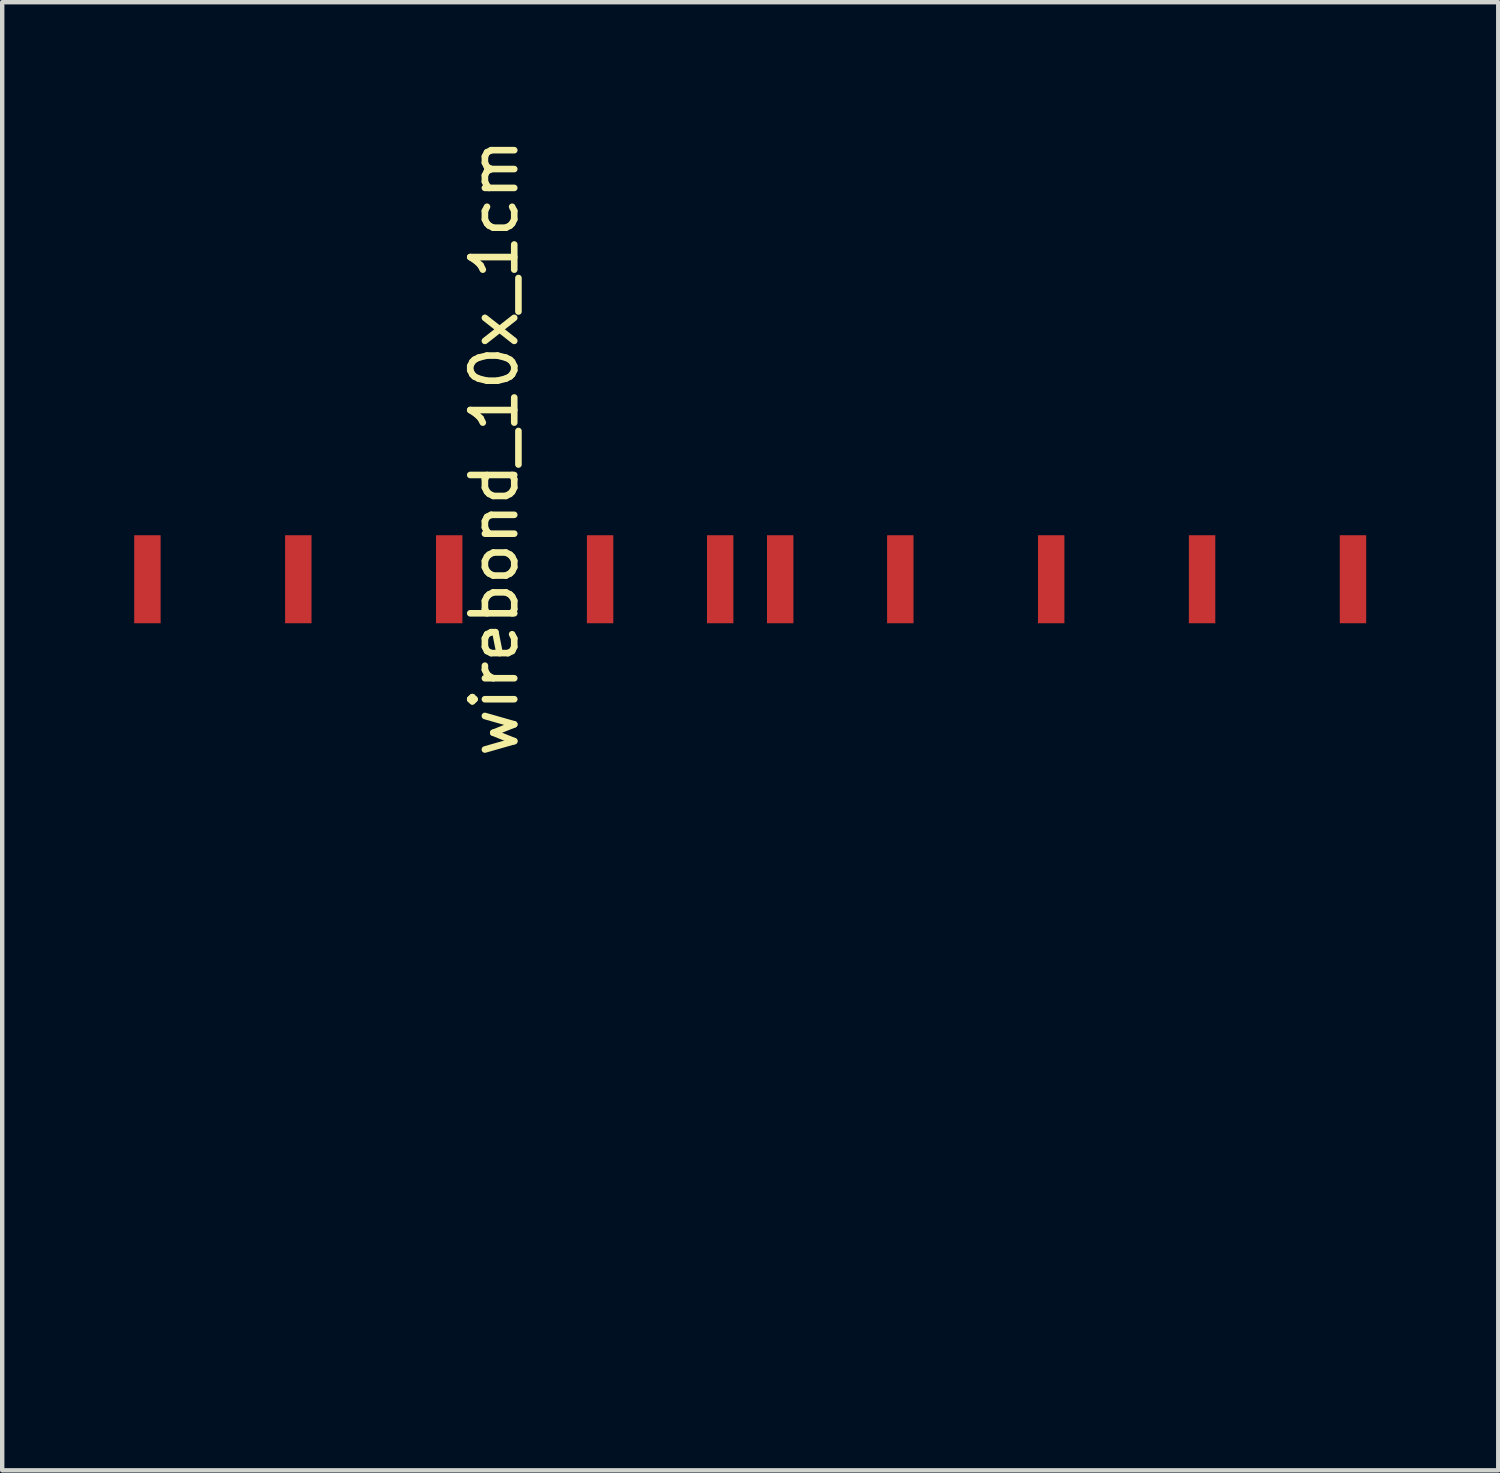
<source format=kicad_pcb>
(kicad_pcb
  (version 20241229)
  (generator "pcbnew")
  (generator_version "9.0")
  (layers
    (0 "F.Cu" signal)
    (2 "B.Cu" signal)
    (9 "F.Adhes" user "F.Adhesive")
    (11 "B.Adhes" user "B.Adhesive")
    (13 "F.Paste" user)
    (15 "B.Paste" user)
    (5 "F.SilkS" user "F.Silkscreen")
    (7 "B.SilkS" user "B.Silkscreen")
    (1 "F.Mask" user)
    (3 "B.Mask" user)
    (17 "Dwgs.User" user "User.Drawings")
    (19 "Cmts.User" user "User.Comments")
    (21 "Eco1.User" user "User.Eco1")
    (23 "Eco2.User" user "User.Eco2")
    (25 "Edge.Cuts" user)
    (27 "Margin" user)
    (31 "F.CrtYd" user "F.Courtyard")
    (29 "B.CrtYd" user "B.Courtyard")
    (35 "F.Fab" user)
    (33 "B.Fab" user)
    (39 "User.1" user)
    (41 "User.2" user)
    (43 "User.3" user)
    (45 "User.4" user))
  (footprint "wirebond_10x_1cm"
    (layer "F.Cu")
    (at 13.998 27.113)
    (property "Reference" "wirebond_10x_1cm" (at -5.817 -19.988 90) (layer "F.SilkS") (effects (font (size 1 1) (thickness 0.15))))
    (attr through_hole)
    (pad "1" smd rect (at -13.698 -17 180) (size 0.6 2) (layers "F.Cu" "F.Mask" "F.Paste"))
    (pad "2" smd rect (at -10.269 -17 180) (size 0.6 2) (layers "F.Cu" "F.Mask" "F.Paste"))
    (pad "3" smd rect (at -6.84 -17 180) (size 0.6 2) (layers "F.Cu" "F.Mask" "F.Paste"))
    (pad "4" smd rect (at -3.411 -17 180) (size 0.6 2) (layers "F.Cu" "F.Mask" "F.Paste"))
    (pad "5" smd rect (at -0.682 -17 180) (size 0.6 2) (layers "F.Cu" "F.Mask" "F.Paste"))
    (pad "6" smd rect (at 0.682 -17) (size 0.6 2) (layers "F.Cu" "F.Mask" "F.Paste"))
    (pad "7" smd rect (at 3.411 -17) (size 0.6 2) (layers "F.Cu" "F.Mask" "F.Paste"))
    (pad "8" smd rect (at 6.84 -17) (size 0.6 2) (layers "F.Cu" "F.Mask" "F.Paste"))
    (pad "9" smd rect (at 10.269 -17) (size 0.6 2) (layers "F.Cu" "F.Mask" "F.Paste"))
    (pad "10" smd rect (at 13.698 -17) (size 0.6 2) (layers "F.Cu" "F.Mask" "F.Paste")))
  (gr_rect
    (start -3 -3)
    (end 30.997 30.363)
    (stroke (width 0.1) (type default))
    (fill no)
    (layer "Edge.Cuts")))
</source>
